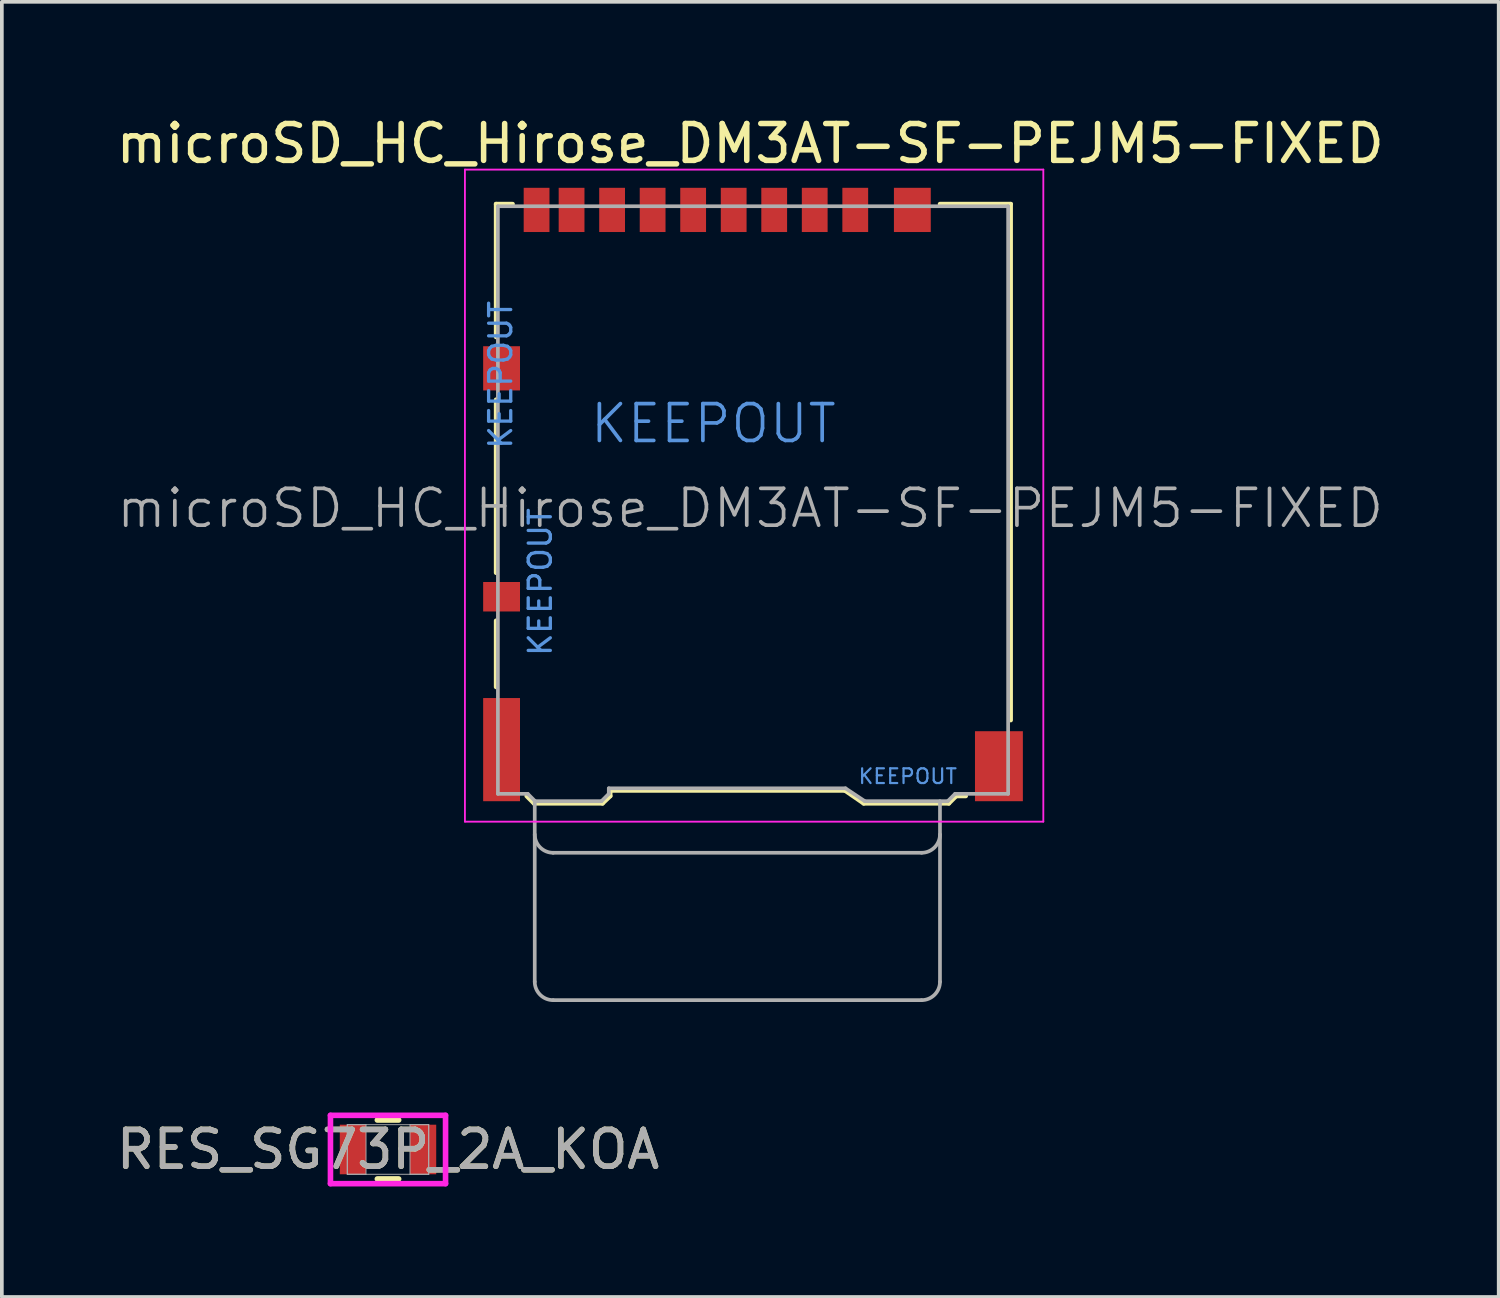
<source format=kicad_pcb>
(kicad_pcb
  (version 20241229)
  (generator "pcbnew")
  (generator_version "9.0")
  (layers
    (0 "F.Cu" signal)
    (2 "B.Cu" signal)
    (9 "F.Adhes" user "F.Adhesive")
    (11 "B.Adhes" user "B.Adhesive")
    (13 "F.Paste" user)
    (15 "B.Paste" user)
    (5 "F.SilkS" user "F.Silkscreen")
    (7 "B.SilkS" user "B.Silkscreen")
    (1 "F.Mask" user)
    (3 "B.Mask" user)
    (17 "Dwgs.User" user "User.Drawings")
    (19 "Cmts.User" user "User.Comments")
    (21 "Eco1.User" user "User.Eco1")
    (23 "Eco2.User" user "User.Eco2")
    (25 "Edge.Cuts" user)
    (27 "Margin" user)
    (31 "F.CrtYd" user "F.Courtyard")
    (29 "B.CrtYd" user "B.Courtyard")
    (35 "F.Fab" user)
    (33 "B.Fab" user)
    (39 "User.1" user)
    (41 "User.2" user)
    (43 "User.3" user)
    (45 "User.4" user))
  (footprint "microSD_HC_Hirose_DM3AT-SF-PEJM5-FIXED"
    (layer "F.Cu")
    (at 17.39 10.373)
    (property "Reference" "microSD_HC_Hirose_DM3AT-SF-PEJM5-FIXED" (at -0.075 -9.525 0) (layer "F.SilkS") (effects (font (size 1 1) (thickness 0.15))))
    (attr smd)
    (fp_line (start -6.975 -7.885) (end -6.975 -4.275) (stroke (width 0.12) (type solid)) (layer "F.SilkS"))
    (fp_line (start -6.975 -2.575) (end -6.975 2.125) (stroke (width 0.12) (type solid)) (layer "F.SilkS"))
    (fp_line (start -6.975 3.425) (end -6.975 5.225) (stroke (width 0.12) (type solid)) (layer "F.SilkS"))
    (fp_line (start -6.525 -7.885) (end -6.975 -7.885) (stroke (width 0.12) (type solid)) (layer "F.SilkS"))
    (fp_line (start -5.945 8.385) (end -6.145 8.185) (stroke (width 0.12) (type solid)) (layer "F.SilkS"))
    (fp_line (start -5.945 8.385) (end -4.085 8.385) (stroke (width 0.12) (type solid)) (layer "F.SilkS"))
    (fp_line (start -4.085 8.385) (end -3.875 8.185) (stroke (width 0.12) (type solid)) (layer "F.SilkS"))
    (fp_line (start -3.875 8.035) (end -3.875 8.185) (stroke (width 0.12) (type solid)) (layer "F.SilkS"))
    (fp_line (start -3.875 8.035) (end 2.495 8.035) (stroke (width 0.12) (type solid)) (layer "F.SilkS"))
    (fp_line (start 3.005 8.385) (end 2.495 8.035) (stroke (width 0.12) (type solid)) (layer "F.SilkS"))
    (fp_line (start 5.075 -7.885) (end 6.995 -7.885) (stroke (width 0.12) (type solid)) (layer "F.SilkS"))
    (fp_line (start 5.315 8.385) (end 3.005 8.385) (stroke (width 0.12) (type solid)) (layer "F.SilkS"))
    (fp_line (start 5.315 8.385) (end 5.515 8.185) (stroke (width 0.12) (type solid)) (layer "F.SilkS"))
    (fp_line (start 5.515 8.185) (end 5.775 8.185) (stroke (width 0.12) (type solid)) (layer "F.SilkS"))
    (fp_line (start 6.995 -7.885) (end 6.995 6.125) (stroke (width 0.12) (type solid)) (layer "F.SilkS"))
    (fp_line (start -7.82 -8.82) (end 7.88 -8.82) (stroke (width 0.05) (type solid)) (layer "F.CrtYd"))
    (fp_line (start -7.82 8.88) (end -7.82 -8.82) (stroke (width 0.05) (type solid)) (layer "F.CrtYd"))
    (fp_line (start 7.88 -8.82) (end 7.88 8.88) (stroke (width 0.05) (type solid)) (layer "F.CrtYd"))
    (fp_line (start 7.88 8.88) (end -7.82 8.88) (stroke (width 0.05) (type solid)) (layer "F.CrtYd"))
    (fp_line (start -6.925 8.125) (end -6.925 -7.825) (stroke (width 0.1) (type solid)) (layer "F.Fab"))
    (fp_line (start -6.115 8.125) (end -6.925 8.125) (stroke (width 0.1) (type solid)) (layer "F.Fab"))
    (fp_line (start -5.925 8.325) (end -5.925 13.225) (stroke (width 0.1) (type solid)) (layer "F.Fab"))
    (fp_line (start -5.915 8.325) (end -6.115 8.125) (stroke (width 0.1) (type solid)) (layer "F.Fab"))
    (fp_line (start -5.425 9.725) (end 4.575 9.725) (stroke (width 0.1) (type solid)) (layer "F.Fab"))
    (fp_line (start -5.425 13.725) (end 4.575 13.725) (stroke (width 0.1) (type solid)) (layer "F.Fab"))
    (fp_line (start -4.115 8.325) (end -5.915 8.325) (stroke (width 0.1) (type solid)) (layer "F.Fab"))
    (fp_line (start -3.915 8.125) (end -4.115 8.325) (stroke (width 0.1) (type solid)) (layer "F.Fab"))
    (fp_line (start -3.915 8.125) (end -3.915 7.975) (stroke (width 0.1) (type solid)) (layer "F.Fab"))
    (fp_line (start 2.51 7.975) (end -3.915 7.975) (stroke (width 0.1) (type solid)) (layer "F.Fab"))
    (fp_line (start 3.035 8.325) (end 2.51 7.975) (stroke (width 0.1) (type solid)) (layer "F.Fab"))
    (fp_line (start 5.075 13.225) (end 5.075 8.325) (stroke (width 0.1) (type solid)) (layer "F.Fab"))
    (fp_line (start 5.285 8.325) (end 3.035 8.325) (stroke (width 0.1) (type solid)) (layer "F.Fab"))
    (fp_line (start 5.285 8.325) (end 5.485 8.125) (stroke (width 0.1) (type solid)) (layer "F.Fab"))
    (fp_line (start 5.485 8.125) (end 6.925 8.125) (stroke (width 0.1) (type solid)) (layer "F.Fab"))
    (fp_line (start 6.925 -7.825) (end -6.925 -7.825) (stroke (width 0.1) (type solid)) (layer "F.Fab"))
    (fp_line (start 6.925 8.125) (end 6.925 -7.825) (stroke (width 0.1) (type solid)) (layer "F.Fab"))
    (fp_arc (start -5.425 9.725) (mid -5.778553 9.578553) (end -5.925 9.225) (stroke (width 0.1) (type solid)) (layer "F.Fab"))
    (fp_arc (start -5.425 13.725) (mid -5.778553 13.578553) (end -5.925 13.225) (stroke (width 0.1) (type solid)) (layer "F.Fab"))
    (fp_arc (start 5.075 9.225) (mid 4.928553 9.578553) (end 4.575 9.725) (stroke (width 0.1) (type solid)) (layer "F.Fab"))
    (fp_arc (start 5.075 13.225) (mid 4.928553 13.578553) (end 4.575 13.725) (stroke (width 0.1) (type solid)) (layer "F.Fab"))
    (fp_text user "KEEPOUT" (at -1.075 -1.925 0) (layer "Cmts.User") (effects (font (size 1 1) (thickness 0.1))))
    (fp_text user "KEEPOUT" (at 4.2 7.65 0) (layer "Cmts.User") (effects (font (size 0.4 0.4) (thickness 0.06))))
    (fp_text user "KEEPOUT" (at -6.85 -3.25 90) (layer "Cmts.User") (effects (font (size 0.6 0.6) (thickness 0.09))))
    (fp_text user "KEEPOUT" (at -5.775 2.375 90) (layer "Cmts.User") (effects (font (size 0.6 0.6) (thickness 0.09))))
    (fp_text user "${REFERENCE}" (at -0.075 0.375 0) (layer "F.Fab") (effects (font (size 1 1) (thickness 0.1))))
    (pad "1" smd rect (at 2.775 -7.725) (size 0.7 1.2) (layers "F.Cu" "F.Mask" "F.Paste"))
    (pad "2" smd rect (at 1.675 -7.725) (size 0.7 1.2) (layers "F.Cu" "F.Mask" "F.Paste"))
    (pad "3" smd rect (at 0.575 -7.725) (size 0.7 1.2) (layers "F.Cu" "F.Mask" "F.Paste"))
    (pad "4" smd rect (at -0.525 -7.725) (size 0.7 1.2) (layers "F.Cu" "F.Mask" "F.Paste"))
    (pad "5" smd rect (at -1.625 -7.725) (size 0.7 1.2) (layers "F.Cu" "F.Mask" "F.Paste"))
    (pad "6" smd rect (at -2.725 -7.725) (size 0.7 1.2) (layers "F.Cu" "F.Mask" "F.Paste"))
    (pad "7" smd rect (at -3.825 -7.725) (size 0.7 1.2) (layers "F.Cu" "F.Mask" "F.Paste"))
    (pad "8" smd rect (at -4.925 -7.725) (size 0.7 1.2) (layers "F.Cu" "F.Mask" "F.Paste"))
    (pad "9" smd rect (at -5.875 -7.725) (size 0.7 1.2) (layers "F.Cu" "F.Mask" "F.Paste"))
    (pad "10" smd rect (at -6.825 2.775) (size 1 0.8) (layers "F.Cu" "F.Mask" "F.Paste"))
    (pad "11" smd rect (at -6.825 -3.425) (size 1 1.2) (layers "F.Cu" "F.Mask" "F.Paste"))
    (pad "11" smd rect (at -6.825 6.925) (size 1 2.8) (layers "F.Cu" "F.Mask" "F.Paste"))
    (pad "11" smd rect (at 4.325 -7.725) (size 1 1.2) (layers "F.Cu" "F.Mask" "F.Paste"))
    (pad "11" smd rect (at 6.675 7.375) (size 1.3 1.9) (layers "F.Cu" "F.Mask" "F.Paste"))
    (zone (net_name "") (layer "F.Cu") (hatch full 0.508) (connect_pads) (min_thickness 0.254) (filled_areas_thickness no) (keepout (tracks not_allowed) (vias not_allowed) (pads not_allowed) (copperpour not_allowed) (footprints not_allowed)) (placement (enabled no)) (fill) (polygon (pts (xy 10.915 6.348) (xy 10.165 6.348) (xy 10.165 3.098) (xy 10.915 3.098))))
    (zone (net_name "") (layer "F.Cu") (hatch full 0.508) (connect_pads) (min_thickness 0.254) (filled_areas_thickness no) (keepout (tracks not_allowed) (vias not_allowed) (pads not_allowed) (copperpour not_allowed) (footprints not_allowed)) (placement (enabled no)) (fill) (polygon (pts (xy 10.915 11.148) (xy 10.165 11.148) (xy 10.165 7.548) (xy 10.915 7.548))))
    (zone (net_name "") (layer "F.Cu") (hatch full 0.508) (connect_pads) (min_thickness 0.254) (filled_areas_thickness no) (keepout (tracks not_allowed) (vias not_allowed) (pads not_allowed) (copperpour not_allowed) (footprints not_allowed)) (placement (enabled no)) (fill) (polygon (pts (xy 11.265 8.948) (xy 11.965 8.948) (xy 11.965 16.548) (xy 11.265 16.548))))
    (zone (net_name "") (layer "F.Cu") (hatch full 0.508) (connect_pads) (min_thickness 0.254) (filled_areas_thickness no) (keepout (tracks not_allowed) (vias not_allowed) (pads not_allowed) (copperpour not_allowed) (footprints not_allowed)) (placement (enabled no)) (fill) (polygon (pts (xy 20.315 17.348) (xy 22.865 17.348) (xy 22.865 18.698) (xy 20.315 18.698))))
    (zone (net_name "") (layer "F.Cu") (hatch full 0.508) (connect_pads) (min_thickness 0.254) (filled_areas_thickness no) (keepout (tracks not_allowed) (vias not_allowed) (pads not_allowed) (copperpour not_allowed) (footprints not_allowed)) (placement (enabled no)) (fill) (polygon (pts (xy 20.665 9.248) (xy 11.965 9.248) (xy 11.965 7.648) (xy 20.665 7.648)))))
  (footprint "RES_SG73P_2A_KOA"
    (layer "F.Cu")
    (at 7.482 28.152)
    (property "Reference" "RES_SG73P_2A_KOA" (at 0 0 0) (unlocked yes) (layer "F.SilkS") (effects (font (size 1 1) (thickness 0.15))))
    (attr smd)
    (fp_line (start -0.289 0.8) (end 0.289 0.8) (stroke (width 0.152) (type solid)) (layer "F.SilkS"))
    (fp_line (start 0.289 -0.8) (end -0.289 -0.8) (stroke (width 0.152) (type solid)) (layer "F.SilkS"))
    (fp_line (start -1.562 -0.927) (end 1.562 -0.927) (stroke (width 0.152) (type solid)) (layer "F.CrtYd"))
    (fp_line (start -1.562 0.927) (end -1.562 -0.927) (stroke (width 0.152) (type solid)) (layer "F.CrtYd"))
    (fp_line (start 1.562 -0.927) (end 1.562 0.927) (stroke (width 0.152) (type solid)) (layer "F.CrtYd"))
    (fp_line (start 1.562 0.927) (end -1.562 0.927) (stroke (width 0.152) (type solid)) (layer "F.CrtYd"))
    (fp_line (start -1.105 -0.673) (end -1.105 0.673) (stroke (width 0.025) (type solid)) (layer "F.Fab"))
    (fp_line (start -1.105 -0.673) (end -1.105 0.673) (stroke (width 0.025) (type solid)) (layer "F.Fab"))
    (fp_line (start -1.105 0.673) (end -0.597 0.673) (stroke (width 0.025) (type solid)) (layer "F.Fab"))
    (fp_line (start -1.105 0.673) (end 1.105 0.673) (stroke (width 0.025) (type solid)) (layer "F.Fab"))
    (fp_line (start -0.597 -0.673) (end -1.105 -0.673) (stroke (width 0.025) (type solid)) (layer "F.Fab"))
    (fp_line (start -0.597 0.673) (end -0.597 -0.673) (stroke (width 0.025) (type solid)) (layer "F.Fab"))
    (fp_line (start 0.597 -0.673) (end 0.597 0.673) (stroke (width 0.025) (type solid)) (layer "F.Fab"))
    (fp_line (start 0.597 0.673) (end 1.105 0.673) (stroke (width 0.025) (type solid)) (layer "F.Fab"))
    (fp_line (start 1.105 -0.673) (end -1.105 -0.673) (stroke (width 0.025) (type solid)) (layer "F.Fab"))
    (fp_line (start 1.105 -0.673) (end 0.597 -0.673) (stroke (width 0.025) (type solid)) (layer "F.Fab"))
    (fp_line (start 1.105 0.673) (end 1.105 -0.673) (stroke (width 0.025) (type solid)) (layer "F.Fab"))
    (fp_line (start 1.105 0.673) (end 1.105 -0.673) (stroke (width 0.025) (type solid)) (layer "F.Fab"))
    (fp_text user "${REFERENCE}" (at 0 0 0) (unlocked yes) (layer "F.Fab") (effects (font (size 1 1) (thickness 0.15))))
    (pad "1" smd rect (at -0.953 0) (size 0.711 1.346) (layers "F.Cu" "F.Mask" "F.Paste"))
    (pad "2" smd rect (at 0.953 0) (size 0.711 1.346) (layers "F.Cu" "F.Mask" "F.Paste"))
    (zone (net_name "") (layer "F.Cu") (hatch full 0.508) (connect_pads) (min_thickness 0.254) (filled_areas_thickness no) (keepout (tracks not_allowed) (vias not_allowed) (pads allowed) (copperpour not_allowed) (footprints allowed)) (placement (enabled no)) (fill) (polygon (pts (xy 6.936 27.529) (xy 8.028 27.529) (xy 8.028 28.774) (xy 6.936 28.774)))))
  (gr_rect
    (start -3 -3)
    (end 37.631 32.155)
    (stroke (width 0.1) (type default))
    (fill no)
    (layer "Edge.Cuts")))
</source>
